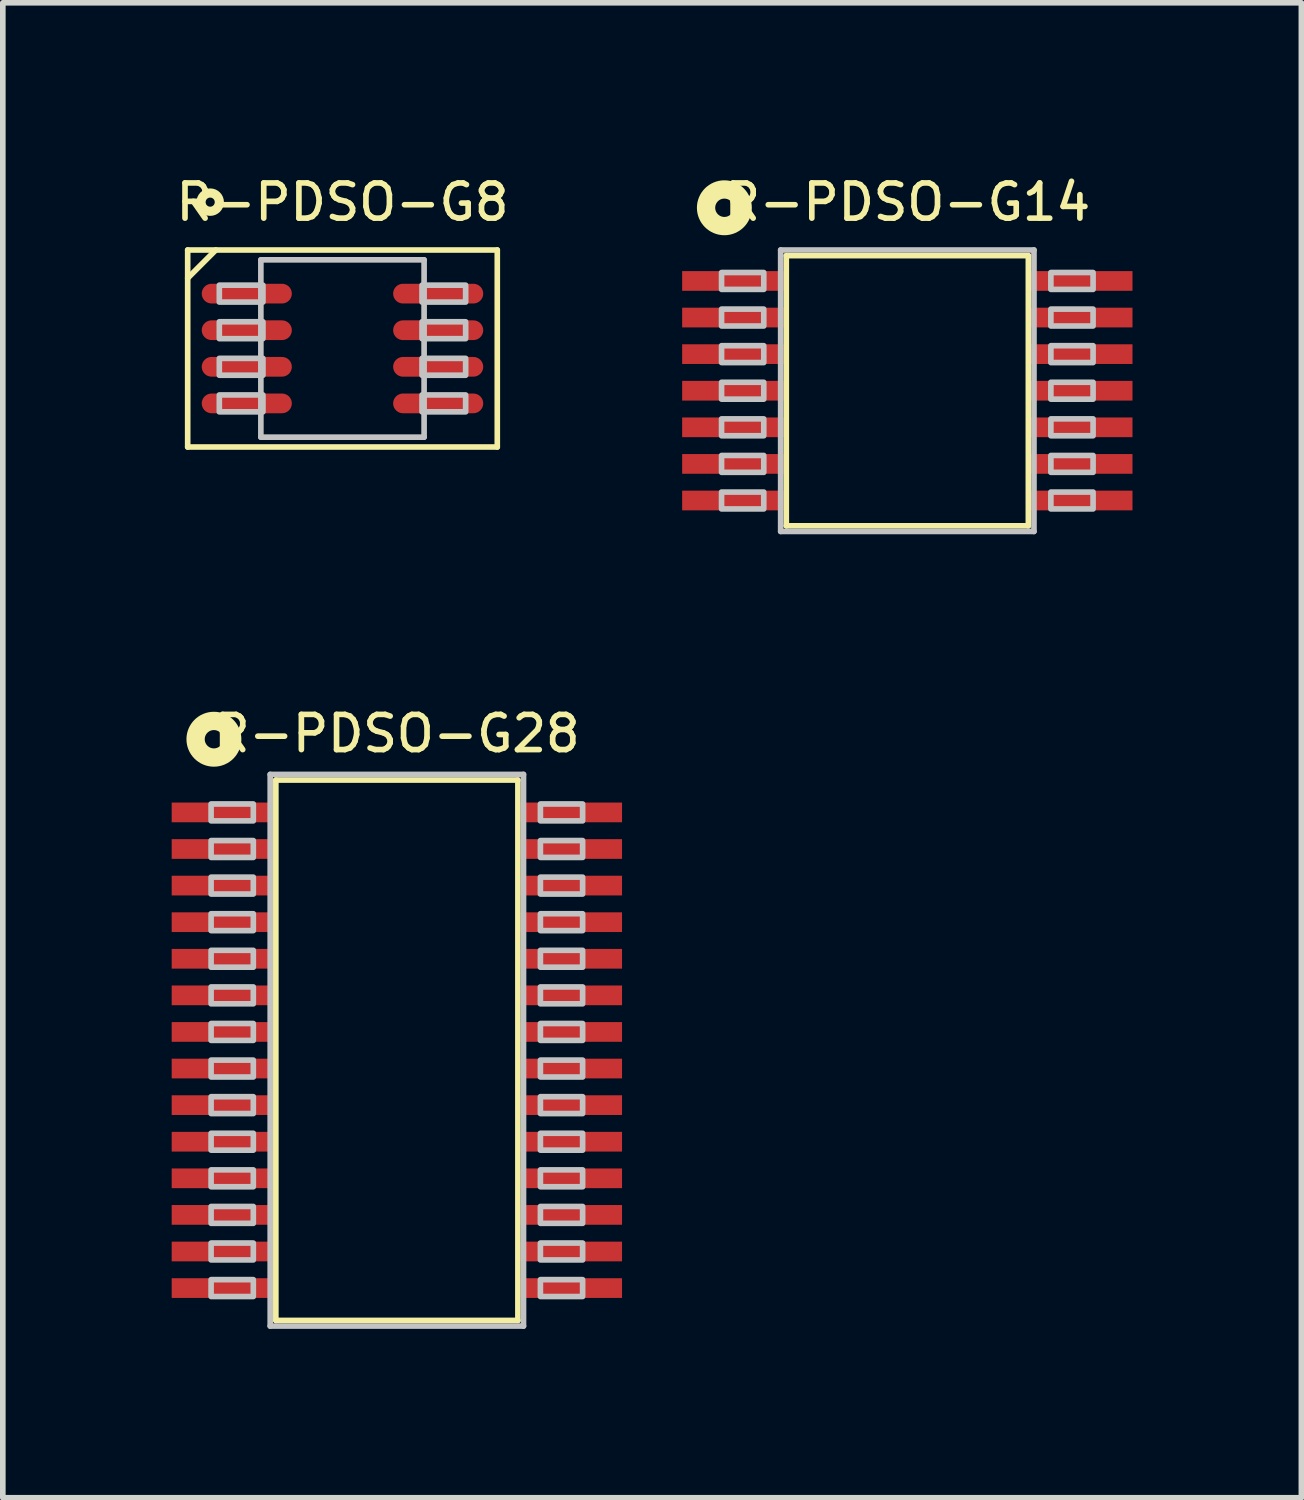
<source format=kicad_pcb>
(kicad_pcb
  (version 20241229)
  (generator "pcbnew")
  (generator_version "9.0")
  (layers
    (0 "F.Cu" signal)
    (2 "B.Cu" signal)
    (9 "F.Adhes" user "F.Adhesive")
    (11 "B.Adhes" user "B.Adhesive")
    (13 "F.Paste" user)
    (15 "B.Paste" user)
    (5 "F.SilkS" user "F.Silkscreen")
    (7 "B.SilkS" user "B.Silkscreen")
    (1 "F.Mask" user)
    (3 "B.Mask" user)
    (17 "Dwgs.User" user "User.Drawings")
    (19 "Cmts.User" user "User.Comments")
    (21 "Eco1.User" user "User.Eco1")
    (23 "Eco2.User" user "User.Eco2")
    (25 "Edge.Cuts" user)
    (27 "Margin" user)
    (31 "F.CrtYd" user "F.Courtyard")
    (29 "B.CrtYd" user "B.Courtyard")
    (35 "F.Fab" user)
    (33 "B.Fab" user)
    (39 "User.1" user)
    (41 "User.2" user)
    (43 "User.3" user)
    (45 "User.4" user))
  (footprint "R-PDSO-G14"
    (layer "F.Cu")
    (at 13.068 3.891)
    (property "Reference" "R-PDSO-G14" (at 0 -3.35 0) (layer "F.SilkS") (effects (font (size 0.625 0.625) (thickness 0.1))))
    (attr through_hole)
    (fp_line (start -2.15 -2.4) (end -2.15 2.4) (stroke (width 0.1) (type solid)) (layer "F.SilkS"))
    (fp_line (start -2.15 2.4) (end 2.15 2.4) (stroke (width 0.1) (type solid)) (layer "F.SilkS"))
    (fp_line (start 2.15 -2.4) (end -2.15 -2.4) (stroke (width 0.1) (type solid)) (layer "F.SilkS"))
    (fp_line (start 2.15 2.4) (end 2.15 -2.4) (stroke (width 0.1) (type solid)) (layer "F.SilkS"))
    (fp_circle (center -3.25 -3.25) (end -3.02 -3.02) (stroke (width 0.325) (type solid)) (fill no) (layer "F.SilkS"))
    (fp_line (start -2.25 -2.5) (end -2.25 2.5) (stroke (width 0.1) (type solid)) (layer "Dwgs.User"))
    (fp_line (start -2.25 2.5) (end 2.25 2.5) (stroke (width 0.1) (type solid)) (layer "Dwgs.User"))
    (fp_line (start 2.25 -2.5) (end -2.25 -2.5) (stroke (width 0.1) (type solid)) (layer "Dwgs.User"))
    (fp_line (start 2.25 2.5) (end 2.25 -2.5) (stroke (width 0.1) (type solid)) (layer "Dwgs.User"))
    (fp_poly (pts (xy -3.3 -2.1) (xy -3.3 -1.8) (xy -2.55 -1.8) (xy -2.55 -2.1) (xy -3.3 -2.1)) (stroke (width 0.1) (type solid)) (fill no) (layer "Dwgs.User"))
    (fp_poly (pts (xy -3.3 -1.45) (xy -3.3 -1.15) (xy -2.55 -1.15) (xy -2.55 -1.45) (xy -3.3 -1.45)) (stroke (width 0.1) (type solid)) (fill no) (layer "Dwgs.User"))
    (fp_poly (pts (xy -3.3 -0.8) (xy -3.3 -0.5) (xy -2.55 -0.5) (xy -2.55 -0.8) (xy -3.3 -0.8)) (stroke (width 0.1) (type solid)) (fill no) (layer "Dwgs.User"))
    (fp_poly (pts (xy -3.3 -0.15) (xy -3.3 0.15) (xy -2.55 0.15) (xy -2.55 -0.15) (xy -3.3 -0.15)) (stroke (width 0.1) (type solid)) (fill no) (layer "Dwgs.User"))
    (fp_poly (pts (xy -3.3 0.5) (xy -3.3 0.8) (xy -2.55 0.8) (xy -2.55 0.5) (xy -3.3 0.5)) (stroke (width 0.1) (type solid)) (fill no) (layer "Dwgs.User"))
    (fp_poly (pts (xy -3.3 1.15) (xy -3.3 1.45) (xy -2.55 1.45) (xy -2.55 1.15) (xy -3.3 1.15)) (stroke (width 0.1) (type solid)) (fill no) (layer "Dwgs.User"))
    (fp_poly (pts (xy -3.3 1.8) (xy -3.3 2.1) (xy -2.55 2.1) (xy -2.55 1.8) (xy -3.3 1.8)) (stroke (width 0.1) (type solid)) (fill no) (layer "Dwgs.User"))
    (fp_poly (pts (xy 2.55 -2.1) (xy 2.55 -1.8) (xy 3.3 -1.8) (xy 3.3 -2.1) (xy 2.55 -2.1)) (stroke (width 0.1) (type solid)) (fill no) (layer "Dwgs.User"))
    (fp_poly (pts (xy 2.55 -1.45) (xy 2.55 -1.15) (xy 3.3 -1.15) (xy 3.3 -1.45) (xy 2.55 -1.45)) (stroke (width 0.1) (type solid)) (fill no) (layer "Dwgs.User"))
    (fp_poly (pts (xy 2.55 -0.8) (xy 2.55 -0.5) (xy 3.3 -0.5) (xy 3.3 -0.8) (xy 2.55 -0.8)) (stroke (width 0.1) (type solid)) (fill no) (layer "Dwgs.User"))
    (fp_poly (pts (xy 2.55 -0.15) (xy 2.55 0.15) (xy 3.3 0.15) (xy 3.3 -0.15) (xy 2.55 -0.15)) (stroke (width 0.1) (type solid)) (fill no) (layer "Dwgs.User"))
    (fp_poly (pts (xy 2.55 0.5) (xy 2.55 0.8) (xy 3.3 0.8) (xy 3.3 0.5) (xy 2.55 0.5)) (stroke (width 0.1) (type solid)) (fill no) (layer "Dwgs.User"))
    (fp_poly (pts (xy 2.55 1.15) (xy 2.55 1.45) (xy 3.3 1.45) (xy 3.3 1.15) (xy 2.55 1.15)) (stroke (width 0.1) (type solid)) (fill no) (layer "Dwgs.User"))
    (fp_poly (pts (xy 2.55 1.8) (xy 2.55 2.1) (xy 3.3 2.1) (xy 3.3 1.8) (xy 2.55 1.8)) (stroke (width 0.1) (type solid)) (fill no) (layer "Dwgs.User"))
    (pad "1" smd rect (at -3.1 -1.95 180) (size 1.8 0.35) (layers "F.Cu" "F.Mask" "F.Paste"))
    (pad "2" smd rect (at -3.1 -1.3 180) (size 1.8 0.35) (layers "F.Cu" "F.Mask" "F.Paste"))
    (pad "3" smd rect (at -3.1 -0.65 180) (size 1.8 0.35) (layers "F.Cu" "F.Mask" "F.Paste"))
    (pad "4" smd rect (at -3.1 0 180) (size 1.8 0.35) (layers "F.Cu" "F.Mask" "F.Paste"))
    (pad "5" smd rect (at -3.1 0.65 180) (size 1.8 0.35) (layers "F.Cu" "F.Mask" "F.Paste"))
    (pad "6" smd rect (at -3.1 1.3 180) (size 1.8 0.35) (layers "F.Cu" "F.Mask" "F.Paste"))
    (pad "7" smd rect (at -3.1 1.95 180) (size 1.8 0.35) (layers "F.Cu" "F.Mask" "F.Paste"))
    (pad "8" smd rect (at 3.1 1.95) (size 1.8 0.35) (layers "F.Cu" "F.Mask" "F.Paste"))
    (pad "9" smd rect (at 3.1 1.3) (size 1.8 0.35) (layers "F.Cu" "F.Mask" "F.Paste"))
    (pad "10" smd rect (at 3.1 0.65) (size 1.8 0.35) (layers "F.Cu" "F.Mask" "F.Paste"))
    (pad "11" smd rect (at 3.1 0) (size 1.8 0.35) (layers "F.Cu" "F.Mask" "F.Paste"))
    (pad "12" smd rect (at 3.1 -0.65) (size 1.8 0.35) (layers "F.Cu" "F.Mask" "F.Paste"))
    (pad "13" smd rect (at 3.1 -1.3) (size 1.8 0.35) (layers "F.Cu" "F.Mask" "F.Paste"))
    (pad "14" smd rect (at 3.1 -1.95) (size 1.8 0.35) (layers "F.Cu" "F.Mask" "F.Paste")))
  (footprint "R-PDSO-G28"
    (layer "F.Cu")
    (at 4 15.607)
    (property "Reference" "R-PDSO-G28" (at 0 -5.625 0) (layer "F.SilkS") (effects (font (size 0.625 0.625) (thickness 0.1))))
    (attr through_hole)
    (fp_line (start -2.15 -4.8) (end -2.15 4.8) (stroke (width 0.1) (type solid)) (layer "F.SilkS"))
    (fp_line (start -2.15 4.8) (end 2.15 4.8) (stroke (width 0.1) (type solid)) (layer "F.SilkS"))
    (fp_line (start 2.15 -4.8) (end -2.15 -4.8) (stroke (width 0.1) (type solid)) (layer "F.SilkS"))
    (fp_line (start 2.15 4.8) (end 2.15 -4.8) (stroke (width 0.1) (type solid)) (layer "F.SilkS"))
    (fp_circle (center -3.25 -5.525) (end -3.02 -5.295) (stroke (width 0.325) (type solid)) (fill no) (layer "F.SilkS"))
    (fp_line (start -2.25 -4.9) (end -2.25 4.9) (stroke (width 0.1) (type solid)) (layer "Dwgs.User"))
    (fp_line (start -2.25 4.9) (end 2.25 4.9) (stroke (width 0.1) (type solid)) (layer "Dwgs.User"))
    (fp_line (start 2.25 -4.9) (end -2.25 -4.9) (stroke (width 0.1) (type solid)) (layer "Dwgs.User"))
    (fp_line (start 2.25 4.9) (end 2.25 -4.9) (stroke (width 0.1) (type solid)) (layer "Dwgs.User"))
    (fp_poly (pts (xy -3.3 -4.375) (xy -3.3 -4.075) (xy -2.55 -4.075) (xy -2.55 -4.375) (xy -3.3 -4.375)) (stroke (width 0.1) (type solid)) (fill no) (layer "Dwgs.User"))
    (fp_poly (pts (xy -3.3 -3.725) (xy -3.3 -3.425) (xy -2.55 -3.425) (xy -2.55 -3.725) (xy -3.3 -3.725)) (stroke (width 0.1) (type solid)) (fill no) (layer "Dwgs.User"))
    (fp_poly (pts (xy -3.3 -3.075) (xy -3.3 -2.775) (xy -2.55 -2.775) (xy -2.55 -3.075) (xy -3.3 -3.075)) (stroke (width 0.1) (type solid)) (fill no) (layer "Dwgs.User"))
    (fp_poly (pts (xy -3.3 -2.425) (xy -3.3 -2.125) (xy -2.55 -2.125) (xy -2.55 -2.425) (xy -3.3 -2.425)) (stroke (width 0.1) (type solid)) (fill no) (layer "Dwgs.User"))
    (fp_poly (pts (xy -3.3 -1.775) (xy -3.3 -1.475) (xy -2.55 -1.475) (xy -2.55 -1.775) (xy -3.3 -1.775)) (stroke (width 0.1) (type solid)) (fill no) (layer "Dwgs.User"))
    (fp_poly (pts (xy -3.3 -1.125) (xy -3.3 -0.825) (xy -2.55 -0.825) (xy -2.55 -1.125) (xy -3.3 -1.125)) (stroke (width 0.1) (type solid)) (fill no) (layer "Dwgs.User"))
    (fp_poly (pts (xy -3.3 -0.475) (xy -3.3 -0.175) (xy -2.55 -0.175) (xy -2.55 -0.475) (xy -3.3 -0.475)) (stroke (width 0.1) (type solid)) (fill no) (layer "Dwgs.User"))
    (fp_poly (pts (xy -3.3 0.175) (xy -3.3 0.475) (xy -2.55 0.475) (xy -2.55 0.175) (xy -3.3 0.175)) (stroke (width 0.1) (type solid)) (fill no) (layer "Dwgs.User"))
    (fp_poly (pts (xy -3.3 0.825) (xy -3.3 1.125) (xy -2.55 1.125) (xy -2.55 0.825) (xy -3.3 0.825)) (stroke (width 0.1) (type solid)) (fill no) (layer "Dwgs.User"))
    (fp_poly (pts (xy -3.3 1.475) (xy -3.3 1.775) (xy -2.55 1.775) (xy -2.55 1.475) (xy -3.3 1.475)) (stroke (width 0.1) (type solid)) (fill no) (layer "Dwgs.User"))
    (fp_poly (pts (xy -3.3 2.125) (xy -3.3 2.425) (xy -2.55 2.425) (xy -2.55 2.125) (xy -3.3 2.125)) (stroke (width 0.1) (type solid)) (fill no) (layer "Dwgs.User"))
    (fp_poly (pts (xy -3.3 2.775) (xy -3.3 3.075) (xy -2.55 3.075) (xy -2.55 2.775) (xy -3.3 2.775)) (stroke (width 0.1) (type solid)) (fill no) (layer "Dwgs.User"))
    (fp_poly (pts (xy -3.3 3.425) (xy -3.3 3.725) (xy -2.55 3.725) (xy -2.55 3.425) (xy -3.3 3.425)) (stroke (width 0.1) (type solid)) (fill no) (layer "Dwgs.User"))
    (fp_poly (pts (xy -3.3 4.075) (xy -3.3 4.375) (xy -2.55 4.375) (xy -2.55 4.075) (xy -3.3 4.075)) (stroke (width 0.1) (type solid)) (fill no) (layer "Dwgs.User"))
    (fp_poly (pts (xy 2.55 -4.375) (xy 2.55 -4.075) (xy 3.3 -4.075) (xy 3.3 -4.375) (xy 2.55 -4.375)) (stroke (width 0.1) (type solid)) (fill no) (layer "Dwgs.User"))
    (fp_poly (pts (xy 2.55 -3.725) (xy 2.55 -3.425) (xy 3.3 -3.425) (xy 3.3 -3.725) (xy 2.55 -3.725)) (stroke (width 0.1) (type solid)) (fill no) (layer "Dwgs.User"))
    (fp_poly (pts (xy 2.55 -3.075) (xy 2.55 -2.775) (xy 3.3 -2.775) (xy 3.3 -3.075) (xy 2.55 -3.075)) (stroke (width 0.1) (type solid)) (fill no) (layer "Dwgs.User"))
    (fp_poly (pts (xy 2.55 -2.425) (xy 2.55 -2.125) (xy 3.3 -2.125) (xy 3.3 -2.425) (xy 2.55 -2.425)) (stroke (width 0.1) (type solid)) (fill no) (layer "Dwgs.User"))
    (fp_poly (pts (xy 2.55 -1.775) (xy 2.55 -1.475) (xy 3.3 -1.475) (xy 3.3 -1.775) (xy 2.55 -1.775)) (stroke (width 0.1) (type solid)) (fill no) (layer "Dwgs.User"))
    (fp_poly (pts (xy 2.55 -1.125) (xy 2.55 -0.825) (xy 3.3 -0.825) (xy 3.3 -1.125) (xy 2.55 -1.125)) (stroke (width 0.1) (type solid)) (fill no) (layer "Dwgs.User"))
    (fp_poly (pts (xy 2.55 -0.475) (xy 2.55 -0.175) (xy 3.3 -0.175) (xy 3.3 -0.475) (xy 2.55 -0.475)) (stroke (width 0.1) (type solid)) (fill no) (layer "Dwgs.User"))
    (fp_poly (pts (xy 2.55 0.175) (xy 2.55 0.475) (xy 3.3 0.475) (xy 3.3 0.175) (xy 2.55 0.175)) (stroke (width 0.1) (type solid)) (fill no) (layer "Dwgs.User"))
    (fp_poly (pts (xy 2.55 0.825) (xy 2.55 1.125) (xy 3.3 1.125) (xy 3.3 0.825) (xy 2.55 0.825)) (stroke (width 0.1) (type solid)) (fill no) (layer "Dwgs.User"))
    (fp_poly (pts (xy 2.55 1.475) (xy 2.55 1.775) (xy 3.3 1.775) (xy 3.3 1.475) (xy 2.55 1.475)) (stroke (width 0.1) (type solid)) (fill no) (layer "Dwgs.User"))
    (fp_poly (pts (xy 2.55 2.125) (xy 2.55 2.425) (xy 3.3 2.425) (xy 3.3 2.125) (xy 2.55 2.125)) (stroke (width 0.1) (type solid)) (fill no) (layer "Dwgs.User"))
    (fp_poly (pts (xy 2.55 2.775) (xy 2.55 3.075) (xy 3.3 3.075) (xy 3.3 2.775) (xy 2.55 2.775)) (stroke (width 0.1) (type solid)) (fill no) (layer "Dwgs.User"))
    (fp_poly (pts (xy 2.55 3.425) (xy 2.55 3.725) (xy 3.3 3.725) (xy 3.3 3.425) (xy 2.55 3.425)) (stroke (width 0.1) (type solid)) (fill no) (layer "Dwgs.User"))
    (fp_poly (pts (xy 2.55 4.075) (xy 2.55 4.375) (xy 3.3 4.375) (xy 3.3 4.075) (xy 2.55 4.075)) (stroke (width 0.1) (type solid)) (fill no) (layer "Dwgs.User"))
    (pad "1" smd rect (at -3.1 -4.225 180) (size 1.8 0.35) (layers "F.Cu" "F.Mask" "F.Paste"))
    (pad "2" smd rect (at -3.1 -3.575 180) (size 1.8 0.35) (layers "F.Cu" "F.Mask" "F.Paste"))
    (pad "3" smd rect (at -3.1 -2.925 180) (size 1.8 0.35) (layers "F.Cu" "F.Mask" "F.Paste"))
    (pad "4" smd rect (at -3.1 -2.275 180) (size 1.8 0.35) (layers "F.Cu" "F.Mask" "F.Paste"))
    (pad "5" smd rect (at -3.1 -1.625 180) (size 1.8 0.35) (layers "F.Cu" "F.Mask" "F.Paste"))
    (pad "6" smd rect (at -3.1 -0.975 180) (size 1.8 0.35) (layers "F.Cu" "F.Mask" "F.Paste"))
    (pad "7" smd rect (at -3.1 -0.325 180) (size 1.8 0.35) (layers "F.Cu" "F.Mask" "F.Paste"))
    (pad "8" smd rect (at -3.1 0.325 180) (size 1.8 0.35) (layers "F.Cu" "F.Mask" "F.Paste"))
    (pad "9" smd rect (at -3.1 0.975 180) (size 1.8 0.35) (layers "F.Cu" "F.Mask" "F.Paste"))
    (pad "10" smd rect (at -3.1 1.625 180) (size 1.8 0.35) (layers "F.Cu" "F.Mask" "F.Paste"))
    (pad "11" smd rect (at -3.1 2.275 180) (size 1.8 0.35) (layers "F.Cu" "F.Mask" "F.Paste"))
    (pad "12" smd rect (at -3.1 2.925 180) (size 1.8 0.35) (layers "F.Cu" "F.Mask" "F.Paste"))
    (pad "13" smd rect (at -3.1 3.575 180) (size 1.8 0.35) (layers "F.Cu" "F.Mask" "F.Paste"))
    (pad "14" smd rect (at -3.1 4.225 180) (size 1.8 0.35) (layers "F.Cu" "F.Mask" "F.Paste"))
    (pad "15" smd rect (at 3.1 4.225) (size 1.8 0.35) (layers "F.Cu" "F.Mask" "F.Paste"))
    (pad "16" smd rect (at 3.1 3.575) (size 1.8 0.35) (layers "F.Cu" "F.Mask" "F.Paste"))
    (pad "17" smd rect (at 3.1 2.925) (size 1.8 0.35) (layers "F.Cu" "F.Mask" "F.Paste"))
    (pad "18" smd rect (at 3.1 2.275) (size 1.8 0.35) (layers "F.Cu" "F.Mask" "F.Paste"))
    (pad "19" smd rect (at 3.1 1.625) (size 1.8 0.35) (layers "F.Cu" "F.Mask" "F.Paste"))
    (pad "20" smd rect (at 3.1 0.975) (size 1.8 0.35) (layers "F.Cu" "F.Mask" "F.Paste"))
    (pad "21" smd rect (at 3.1 0.325) (size 1.8 0.35) (layers "F.Cu" "F.Mask" "F.Paste"))
    (pad "22" smd rect (at 3.1 -0.325) (size 1.8 0.35) (layers "F.Cu" "F.Mask" "F.Paste"))
    (pad "23" smd rect (at 3.1 -0.975) (size 1.8 0.35) (layers "F.Cu" "F.Mask" "F.Paste"))
    (pad "24" smd rect (at 3.1 -1.625) (size 1.8 0.35) (layers "F.Cu" "F.Mask" "F.Paste"))
    (pad "25" smd rect (at 3.1 -2.275) (size 1.8 0.35) (layers "F.Cu" "F.Mask" "F.Paste"))
    (pad "26" smd rect (at 3.1 -2.925) (size 1.8 0.35) (layers "F.Cu" "F.Mask" "F.Paste"))
    (pad "27" smd rect (at 3.1 -3.575) (size 1.8 0.35) (layers "F.Cu" "F.Mask" "F.Paste"))
    (pad "28" smd rect (at 3.1 -4.225) (size 1.8 0.35) (layers "F.Cu" "F.Mask" "F.Paste")))
  (footprint "R-PDSO-G8"
    (layer "F.Cu")
    (at 3.034 3.141)
    (property "Reference" "R-PDSO-G8" (at 0 -2.6 0) (layer "F.SilkS") (effects (font (size 0.625 0.625) (thickness 0.1))))
    (attr through_hole)
    (fp_line (start -2.75 -1.75) (end -2.75 1.75) (stroke (width 0.1) (type solid)) (layer "F.SilkS"))
    (fp_line (start -2.75 -1.25) (end -2.25 -1.75) (stroke (width 0.1) (type solid)) (layer "F.SilkS"))
    (fp_line (start -2.75 1.75) (end 2.75 1.75) (stroke (width 0.1) (type solid)) (layer "F.SilkS"))
    (fp_line (start 2.75 -1.75) (end -2.75 -1.75) (stroke (width 0.1) (type solid)) (layer "F.SilkS"))
    (fp_line (start 2.75 1.75) (end 2.75 -1.75) (stroke (width 0.1) (type solid)) (layer "F.SilkS"))
    (fp_circle (center -2.35 -2.6) (end -2.235 -2.485) (stroke (width 0.163) (type solid)) (fill no) (layer "F.SilkS"))
    (fp_line (start -1.45 -1.575) (end -1.45 1.575) (stroke (width 0.1) (type solid)) (layer "Dwgs.User"))
    (fp_line (start -1.45 1.575) (end 1.45 1.575) (stroke (width 0.1) (type solid)) (layer "Dwgs.User"))
    (fp_line (start 1.45 -1.575) (end -1.45 -1.575) (stroke (width 0.1) (type solid)) (layer "Dwgs.User"))
    (fp_line (start 1.45 1.575) (end 1.45 -1.575) (stroke (width 0.1) (type solid)) (layer "Dwgs.User"))
    (fp_poly (pts (xy -2.188 -1.125) (xy -2.188 -0.825) (xy -1.413 -0.825) (xy -1.413 -1.125) (xy -2.188 -1.125)) (stroke (width 0.1) (type solid)) (fill no) (layer "Dwgs.User"))
    (fp_poly (pts (xy -2.188 -0.475) (xy -2.188 -0.175) (xy -1.413 -0.175) (xy -1.413 -0.475) (xy -2.188 -0.475)) (stroke (width 0.1) (type solid)) (fill no) (layer "Dwgs.User"))
    (fp_poly (pts (xy -2.188 0.175) (xy -2.188 0.475) (xy -1.413 0.475) (xy -1.413 0.175) (xy -2.188 0.175)) (stroke (width 0.1) (type solid)) (fill no) (layer "Dwgs.User"))
    (fp_poly (pts (xy -2.188 0.825) (xy -2.188 1.125) (xy -1.413 1.125) (xy -1.413 0.825) (xy -2.188 0.825)) (stroke (width 0.1) (type solid)) (fill no) (layer "Dwgs.User"))
    (fp_poly (pts (xy 1.413 -1.125) (xy 1.413 -0.825) (xy 2.188 -0.825) (xy 2.188 -1.125) (xy 1.413 -1.125)) (stroke (width 0.1) (type solid)) (fill no) (layer "Dwgs.User"))
    (fp_poly (pts (xy 1.413 -0.475) (xy 1.413 -0.175) (xy 2.188 -0.175) (xy 2.188 -0.475) (xy 1.413 -0.475)) (stroke (width 0.1) (type solid)) (fill no) (layer "Dwgs.User"))
    (fp_poly (pts (xy 1.413 0.175) (xy 1.413 0.475) (xy 2.188 0.475) (xy 2.188 0.175) (xy 1.413 0.175)) (stroke (width 0.1) (type solid)) (fill no) (layer "Dwgs.User"))
    (fp_poly (pts (xy 1.413 0.825) (xy 1.413 1.125) (xy 2.188 1.125) (xy 2.188 0.825) (xy 1.413 0.825)) (stroke (width 0.1) (type solid)) (fill no) (layer "Dwgs.User"))
    (pad "1" smd oval (at -1.7 -0.975) (size 1.6 0.35) (layers "F.Cu" "F.Mask" "F.Paste"))
    (pad "2" smd oval (at -1.7 -0.325) (size 1.6 0.35) (layers "F.Cu" "F.Mask" "F.Paste"))
    (pad "3" smd oval (at -1.7 0.325) (size 1.6 0.35) (layers "F.Cu" "F.Mask" "F.Paste"))
    (pad "4" smd oval (at -1.7 0.975) (size 1.6 0.35) (layers "F.Cu" "F.Mask" "F.Paste"))
    (pad "5" smd oval (at 1.7 0.975) (size 1.6 0.35) (layers "F.Cu" "F.Mask" "F.Paste"))
    (pad "6" smd oval (at 1.7 0.325) (size 1.6 0.35) (layers "F.Cu" "F.Mask" "F.Paste"))
    (pad "7" smd oval (at 1.7 -0.325) (size 1.6 0.35) (layers "F.Cu" "F.Mask" "F.Paste"))
    (pad "8" smd oval (at 1.7 -0.975) (size 1.6 0.35) (layers "F.Cu" "F.Mask" "F.Paste")))
  (gr_rect
    (start -3 -3)
    (end 20.068 23.557)
    (stroke (width 0.1) (type default))
    (fill no)
    (layer "Edge.Cuts")))
</source>
